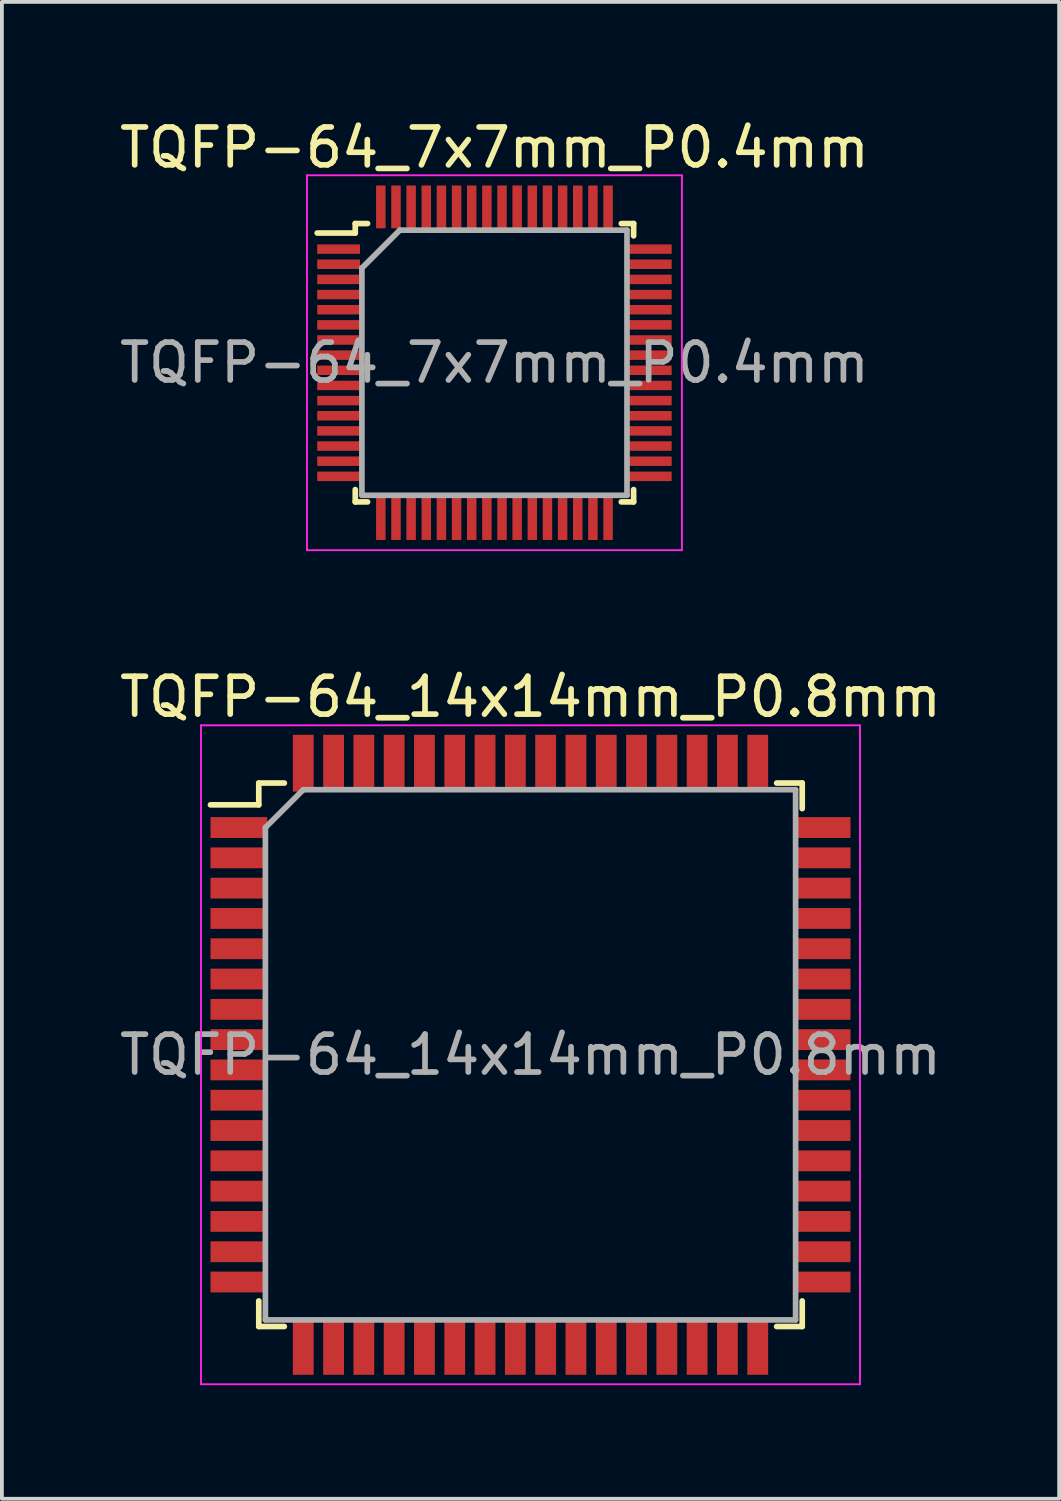
<source format=kicad_pcb>
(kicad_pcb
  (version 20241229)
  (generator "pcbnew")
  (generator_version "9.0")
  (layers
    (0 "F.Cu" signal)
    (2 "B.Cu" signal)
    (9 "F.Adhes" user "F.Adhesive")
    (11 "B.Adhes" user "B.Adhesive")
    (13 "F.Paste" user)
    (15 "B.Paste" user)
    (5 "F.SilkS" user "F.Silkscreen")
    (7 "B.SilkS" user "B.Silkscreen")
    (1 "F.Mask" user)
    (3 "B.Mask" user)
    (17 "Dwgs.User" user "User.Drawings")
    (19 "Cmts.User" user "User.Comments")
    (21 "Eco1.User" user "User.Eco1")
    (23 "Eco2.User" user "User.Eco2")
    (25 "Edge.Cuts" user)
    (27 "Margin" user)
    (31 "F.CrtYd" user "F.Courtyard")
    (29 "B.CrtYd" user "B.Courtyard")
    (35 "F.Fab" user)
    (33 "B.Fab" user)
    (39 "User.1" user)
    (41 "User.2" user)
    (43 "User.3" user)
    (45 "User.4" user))
  (footprint "TQFP-64_14x14mm_P0.8mm"
    (layer "F.Cu")
    (at 10.958 24.802)
    (property "Reference" "TQFP-64_14x14mm_P0.8mm" (at 0 -9.45 0) (layer "F.SilkS") (effects (font (size 1 1) (thickness 0.15))))
    (attr smd)
    (fp_line (start -7.175 -7.175) (end -7.175 -6.6) (stroke (width 0.15) (type solid)) (layer "F.SilkS"))
    (fp_line (start -7.175 -7.175) (end -6.5 -7.175) (stroke (width 0.15) (type solid)) (layer "F.SilkS"))
    (fp_line (start -7.175 -6.6) (end -8.45 -6.6) (stroke (width 0.15) (type solid)) (layer "F.SilkS"))
    (fp_line (start -7.175 7.175) (end -7.175 6.5) (stroke (width 0.15) (type solid)) (layer "F.SilkS"))
    (fp_line (start -7.175 7.175) (end -6.5 7.175) (stroke (width 0.15) (type solid)) (layer "F.SilkS"))
    (fp_line (start 7.175 -7.175) (end 6.5 -7.175) (stroke (width 0.15) (type solid)) (layer "F.SilkS"))
    (fp_line (start 7.175 -7.175) (end 7.175 -6.5) (stroke (width 0.15) (type solid)) (layer "F.SilkS"))
    (fp_line (start 7.175 7.175) (end 6.5 7.175) (stroke (width 0.15) (type solid)) (layer "F.SilkS"))
    (fp_line (start 7.175 7.175) (end 7.175 6.5) (stroke (width 0.15) (type solid)) (layer "F.SilkS"))
    (fp_line (start -8.7 -8.7) (end -8.7 8.7) (stroke (width 0.05) (type solid)) (layer "F.CrtYd"))
    (fp_line (start -8.7 -8.7) (end 8.7 -8.7) (stroke (width 0.05) (type solid)) (layer "F.CrtYd"))
    (fp_line (start -8.7 8.7) (end 8.7 8.7) (stroke (width 0.05) (type solid)) (layer "F.CrtYd"))
    (fp_line (start 8.7 -8.7) (end 8.7 8.7) (stroke (width 0.05) (type solid)) (layer "F.CrtYd"))
    (fp_line (start -7 -6) (end -6 -7) (stroke (width 0.15) (type solid)) (layer "F.Fab"))
    (fp_line (start -7 7) (end -7 -6) (stroke (width 0.15) (type solid)) (layer "F.Fab"))
    (fp_line (start -6 -7) (end 7 -7) (stroke (width 0.15) (type solid)) (layer "F.Fab"))
    (fp_line (start 7 -7) (end 7 7) (stroke (width 0.15) (type solid)) (layer "F.Fab"))
    (fp_line (start 7 7) (end -7 7) (stroke (width 0.15) (type solid)) (layer "F.Fab"))
    (fp_text user "${REFERENCE}" (at 0 0 0) (layer "F.Fab") (effects (font (size 1 1) (thickness 0.15))))
    (pad "1" smd rect (at -7.7 -6) (size 1.5 0.55) (layers "F.Cu" "F.Mask" "F.Paste"))
    (pad "2" smd rect (at -7.7 -5.2) (size 1.5 0.55) (layers "F.Cu" "F.Mask" "F.Paste"))
    (pad "3" smd rect (at -7.7 -4.4) (size 1.5 0.55) (layers "F.Cu" "F.Mask" "F.Paste"))
    (pad "4" smd rect (at -7.7 -3.6) (size 1.5 0.55) (layers "F.Cu" "F.Mask" "F.Paste"))
    (pad "5" smd rect (at -7.7 -2.8) (size 1.5 0.55) (layers "F.Cu" "F.Mask" "F.Paste"))
    (pad "6" smd rect (at -7.7 -2) (size 1.5 0.55) (layers "F.Cu" "F.Mask" "F.Paste"))
    (pad "7" smd rect (at -7.7 -1.2) (size 1.5 0.55) (layers "F.Cu" "F.Mask" "F.Paste"))
    (pad "8" smd rect (at -7.7 -0.4) (size 1.5 0.55) (layers "F.Cu" "F.Mask" "F.Paste"))
    (pad "9" smd rect (at -7.7 0.4) (size 1.5 0.55) (layers "F.Cu" "F.Mask" "F.Paste"))
    (pad "10" smd rect (at -7.7 1.2) (size 1.5 0.55) (layers "F.Cu" "F.Mask" "F.Paste"))
    (pad "11" smd rect (at -7.7 2) (size 1.5 0.55) (layers "F.Cu" "F.Mask" "F.Paste"))
    (pad "12" smd rect (at -7.7 2.8) (size 1.5 0.55) (layers "F.Cu" "F.Mask" "F.Paste"))
    (pad "13" smd rect (at -7.7 3.6) (size 1.5 0.55) (layers "F.Cu" "F.Mask" "F.Paste"))
    (pad "14" smd rect (at -7.7 4.4) (size 1.5 0.55) (layers "F.Cu" "F.Mask" "F.Paste"))
    (pad "15" smd rect (at -7.7 5.2) (size 1.5 0.55) (layers "F.Cu" "F.Mask" "F.Paste"))
    (pad "16" smd rect (at -7.7 6) (size 1.5 0.55) (layers "F.Cu" "F.Mask" "F.Paste"))
    (pad "17" smd rect (at -6 7.7 90) (size 1.5 0.55) (layers "F.Cu" "F.Mask" "F.Paste"))
    (pad "18" smd rect (at -5.2 7.7 90) (size 1.5 0.55) (layers "F.Cu" "F.Mask" "F.Paste"))
    (pad "19" smd rect (at -4.4 7.7 90) (size 1.5 0.55) (layers "F.Cu" "F.Mask" "F.Paste"))
    (pad "20" smd rect (at -3.6 7.7 90) (size 1.5 0.55) (layers "F.Cu" "F.Mask" "F.Paste"))
    (pad "21" smd rect (at -2.8 7.7 90) (size 1.5 0.55) (layers "F.Cu" "F.Mask" "F.Paste"))
    (pad "22" smd rect (at -2 7.7 90) (size 1.5 0.55) (layers "F.Cu" "F.Mask" "F.Paste"))
    (pad "23" smd rect (at -1.2 7.7 90) (size 1.5 0.55) (layers "F.Cu" "F.Mask" "F.Paste"))
    (pad "24" smd rect (at -0.4 7.7 90) (size 1.5 0.55) (layers "F.Cu" "F.Mask" "F.Paste"))
    (pad "25" smd rect (at 0.4 7.7 90) (size 1.5 0.55) (layers "F.Cu" "F.Mask" "F.Paste"))
    (pad "26" smd rect (at 1.2 7.7 90) (size 1.5 0.55) (layers "F.Cu" "F.Mask" "F.Paste"))
    (pad "27" smd rect (at 2 7.7 90) (size 1.5 0.55) (layers "F.Cu" "F.Mask" "F.Paste"))
    (pad "28" smd rect (at 2.8 7.7 90) (size 1.5 0.55) (layers "F.Cu" "F.Mask" "F.Paste"))
    (pad "29" smd rect (at 3.6 7.7 90) (size 1.5 0.55) (layers "F.Cu" "F.Mask" "F.Paste"))
    (pad "30" smd rect (at 4.4 7.7 90) (size 1.5 0.55) (layers "F.Cu" "F.Mask" "F.Paste"))
    (pad "31" smd rect (at 5.2 7.7 90) (size 1.5 0.55) (layers "F.Cu" "F.Mask" "F.Paste"))
    (pad "32" smd rect (at 6 7.7 90) (size 1.5 0.55) (layers "F.Cu" "F.Mask" "F.Paste"))
    (pad "33" smd rect (at 7.7 6) (size 1.5 0.55) (layers "F.Cu" "F.Mask" "F.Paste"))
    (pad "34" smd rect (at 7.7 5.2) (size 1.5 0.55) (layers "F.Cu" "F.Mask" "F.Paste"))
    (pad "35" smd rect (at 7.7 4.4) (size 1.5 0.55) (layers "F.Cu" "F.Mask" "F.Paste"))
    (pad "36" smd rect (at 7.7 3.6) (size 1.5 0.55) (layers "F.Cu" "F.Mask" "F.Paste"))
    (pad "37" smd rect (at 7.7 2.8) (size 1.5 0.55) (layers "F.Cu" "F.Mask" "F.Paste"))
    (pad "38" smd rect (at 7.7 2) (size 1.5 0.55) (layers "F.Cu" "F.Mask" "F.Paste"))
    (pad "39" smd rect (at 7.7 1.2) (size 1.5 0.55) (layers "F.Cu" "F.Mask" "F.Paste"))
    (pad "40" smd rect (at 7.7 0.4) (size 1.5 0.55) (layers "F.Cu" "F.Mask" "F.Paste"))
    (pad "41" smd rect (at 7.7 -0.4) (size 1.5 0.55) (layers "F.Cu" "F.Mask" "F.Paste"))
    (pad "42" smd rect (at 7.7 -1.2) (size 1.5 0.55) (layers "F.Cu" "F.Mask" "F.Paste"))
    (pad "43" smd rect (at 7.7 -2) (size 1.5 0.55) (layers "F.Cu" "F.Mask" "F.Paste"))
    (pad "44" smd rect (at 7.7 -2.8) (size 1.5 0.55) (layers "F.Cu" "F.Mask" "F.Paste"))
    (pad "45" smd rect (at 7.7 -3.6) (size 1.5 0.55) (layers "F.Cu" "F.Mask" "F.Paste"))
    (pad "46" smd rect (at 7.7 -4.4) (size 1.5 0.55) (layers "F.Cu" "F.Mask" "F.Paste"))
    (pad "47" smd rect (at 7.7 -5.2) (size 1.5 0.55) (layers "F.Cu" "F.Mask" "F.Paste"))
    (pad "48" smd rect (at 7.7 -6) (size 1.5 0.55) (layers "F.Cu" "F.Mask" "F.Paste"))
    (pad "49" smd rect (at 6 -7.7 90) (size 1.5 0.55) (layers "F.Cu" "F.Mask" "F.Paste"))
    (pad "50" smd rect (at 5.2 -7.7 90) (size 1.5 0.55) (layers "F.Cu" "F.Mask" "F.Paste"))
    (pad "51" smd rect (at 4.4 -7.7 90) (size 1.5 0.55) (layers "F.Cu" "F.Mask" "F.Paste"))
    (pad "52" smd rect (at 3.6 -7.7 90) (size 1.5 0.55) (layers "F.Cu" "F.Mask" "F.Paste"))
    (pad "53" smd rect (at 2.8 -7.7 90) (size 1.5 0.55) (layers "F.Cu" "F.Mask" "F.Paste"))
    (pad "54" smd rect (at 2 -7.7 90) (size 1.5 0.55) (layers "F.Cu" "F.Mask" "F.Paste"))
    (pad "55" smd rect (at 1.2 -7.7 90) (size 1.5 0.55) (layers "F.Cu" "F.Mask" "F.Paste"))
    (pad "56" smd rect (at 0.4 -7.7 90) (size 1.5 0.55) (layers "F.Cu" "F.Mask" "F.Paste"))
    (pad "57" smd rect (at -0.4 -7.7 90) (size 1.5 0.55) (layers "F.Cu" "F.Mask" "F.Paste"))
    (pad "58" smd rect (at -1.2 -7.7 90) (size 1.5 0.55) (layers "F.Cu" "F.Mask" "F.Paste"))
    (pad "59" smd rect (at -2 -7.7 90) (size 1.5 0.55) (layers "F.Cu" "F.Mask" "F.Paste"))
    (pad "60" smd rect (at -2.8 -7.7 90) (size 1.5 0.55) (layers "F.Cu" "F.Mask" "F.Paste"))
    (pad "61" smd rect (at -3.6 -7.7 90) (size 1.5 0.55) (layers "F.Cu" "F.Mask" "F.Paste"))
    (pad "62" smd rect (at -4.4 -7.7 90) (size 1.5 0.55) (layers "F.Cu" "F.Mask" "F.Paste"))
    (pad "63" smd rect (at -5.2 -7.7 90) (size 1.5 0.55) (layers "F.Cu" "F.Mask" "F.Paste"))
    (pad "64" smd rect (at -6 -7.7 90) (size 1.5 0.55) (layers "F.Cu" "F.Mask" "F.Paste")))
  (footprint "TQFP-64_7x7mm_P0.4mm"
    (layer "F.Cu")
    (at 10.006 6.528)
    (property "Reference" "TQFP-64_7x7mm_P0.4mm" (at 0 -5.68 0) (layer "F.SilkS") (effects (font (size 1 1) (thickness 0.15))))
    (attr smd)
    (fp_line (start -3.675 -3.675) (end -3.675 -3.425) (stroke (width 0.15) (type solid)) (layer "F.SilkS"))
    (fp_line (start -3.675 -3.675) (end -3.35 -3.675) (stroke (width 0.15) (type solid)) (layer "F.SilkS"))
    (fp_line (start -3.675 -3.425) (end -4.68 -3.425) (stroke (width 0.15) (type solid)) (layer "F.SilkS"))
    (fp_line (start -3.675 3.675) (end -3.675 3.35) (stroke (width 0.15) (type solid)) (layer "F.SilkS"))
    (fp_line (start -3.675 3.675) (end -3.35 3.675) (stroke (width 0.15) (type solid)) (layer "F.SilkS"))
    (fp_line (start 3.675 -3.675) (end 3.35 -3.675) (stroke (width 0.15) (type solid)) (layer "F.SilkS"))
    (fp_line (start 3.675 -3.675) (end 3.675 -3.35) (stroke (width 0.15) (type solid)) (layer "F.SilkS"))
    (fp_line (start 3.675 3.675) (end 3.35 3.675) (stroke (width 0.15) (type solid)) (layer "F.SilkS"))
    (fp_line (start 3.675 3.675) (end 3.675 3.35) (stroke (width 0.15) (type solid)) (layer "F.SilkS"))
    (fp_line (start -4.95 -4.95) (end -4.95 4.95) (stroke (width 0.05) (type solid)) (layer "F.CrtYd"))
    (fp_line (start -4.95 -4.95) (end 4.95 -4.95) (stroke (width 0.05) (type solid)) (layer "F.CrtYd"))
    (fp_line (start -4.95 4.95) (end 4.95 4.95) (stroke (width 0.05) (type solid)) (layer "F.CrtYd"))
    (fp_line (start 4.95 -4.95) (end 4.95 4.95) (stroke (width 0.05) (type solid)) (layer "F.CrtYd"))
    (fp_line (start -3.5 -2.5) (end -2.5 -3.5) (stroke (width 0.15) (type solid)) (layer "F.Fab"))
    (fp_line (start -3.5 3.5) (end -3.5 -2.5) (stroke (width 0.15) (type solid)) (layer "F.Fab"))
    (fp_line (start -2.5 -3.5) (end 3.5 -3.5) (stroke (width 0.15) (type solid)) (layer "F.Fab"))
    (fp_line (start 3.5 -3.5) (end 3.5 3.5) (stroke (width 0.15) (type solid)) (layer "F.Fab"))
    (fp_line (start 3.5 3.5) (end -3.5 3.5) (stroke (width 0.15) (type solid)) (layer "F.Fab"))
    (fp_text user "${REFERENCE}" (at 0 0 0) (layer "F.Fab") (effects (font (size 1 1) (thickness 0.15))))
    (pad "1" smd rect (at -4.115 -3) (size 1.13 0.25) (layers "F.Cu" "F.Mask" "F.Paste"))
    (pad "2" smd rect (at -4.115 -2.6) (size 1.13 0.25) (layers "F.Cu" "F.Mask" "F.Paste"))
    (pad "3" smd rect (at -4.115 -2.2) (size 1.13 0.25) (layers "F.Cu" "F.Mask" "F.Paste"))
    (pad "4" smd rect (at -4.115 -1.8) (size 1.13 0.25) (layers "F.Cu" "F.Mask" "F.Paste"))
    (pad "5" smd rect (at -4.115 -1.4) (size 1.13 0.25) (layers "F.Cu" "F.Mask" "F.Paste"))
    (pad "6" smd rect (at -4.115 -1) (size 1.13 0.25) (layers "F.Cu" "F.Mask" "F.Paste"))
    (pad "7" smd rect (at -4.115 -0.6) (size 1.13 0.25) (layers "F.Cu" "F.Mask" "F.Paste"))
    (pad "8" smd rect (at -4.115 -0.2) (size 1.13 0.25) (layers "F.Cu" "F.Mask" "F.Paste"))
    (pad "9" smd rect (at -4.115 0.2) (size 1.13 0.25) (layers "F.Cu" "F.Mask" "F.Paste"))
    (pad "10" smd rect (at -4.115 0.6) (size 1.13 0.25) (layers "F.Cu" "F.Mask" "F.Paste"))
    (pad "11" smd rect (at -4.115 1) (size 1.13 0.25) (layers "F.Cu" "F.Mask" "F.Paste"))
    (pad "12" smd rect (at -4.115 1.4) (size 1.13 0.25) (layers "F.Cu" "F.Mask" "F.Paste"))
    (pad "13" smd rect (at -4.115 1.8) (size 1.13 0.25) (layers "F.Cu" "F.Mask" "F.Paste"))
    (pad "14" smd rect (at -4.115 2.2) (size 1.13 0.25) (layers "F.Cu" "F.Mask" "F.Paste"))
    (pad "15" smd rect (at -4.115 2.6) (size 1.13 0.25) (layers "F.Cu" "F.Mask" "F.Paste"))
    (pad "16" smd rect (at -4.115 3) (size 1.13 0.25) (layers "F.Cu" "F.Mask" "F.Paste"))
    (pad "17" smd rect (at -3 4.115 90) (size 1.13 0.25) (layers "F.Cu" "F.Mask" "F.Paste"))
    (pad "18" smd rect (at -2.6 4.115 90) (size 1.13 0.25) (layers "F.Cu" "F.Mask" "F.Paste"))
    (pad "19" smd rect (at -2.2 4.115 90) (size 1.13 0.25) (layers "F.Cu" "F.Mask" "F.Paste"))
    (pad "20" smd rect (at -1.8 4.115 90) (size 1.13 0.25) (layers "F.Cu" "F.Mask" "F.Paste"))
    (pad "21" smd rect (at -1.4 4.115 90) (size 1.13 0.25) (layers "F.Cu" "F.Mask" "F.Paste"))
    (pad "22" smd rect (at -1 4.115 90) (size 1.13 0.25) (layers "F.Cu" "F.Mask" "F.Paste"))
    (pad "23" smd rect (at -0.6 4.115 90) (size 1.13 0.25) (layers "F.Cu" "F.Mask" "F.Paste"))
    (pad "24" smd rect (at -0.2 4.115 90) (size 1.13 0.25) (layers "F.Cu" "F.Mask" "F.Paste"))
    (pad "25" smd rect (at 0.2 4.115 90) (size 1.13 0.25) (layers "F.Cu" "F.Mask" "F.Paste"))
    (pad "26" smd rect (at 0.6 4.115 90) (size 1.13 0.25) (layers "F.Cu" "F.Mask" "F.Paste"))
    (pad "27" smd rect (at 1 4.115 90) (size 1.13 0.25) (layers "F.Cu" "F.Mask" "F.Paste"))
    (pad "28" smd rect (at 1.4 4.115 90) (size 1.13 0.25) (layers "F.Cu" "F.Mask" "F.Paste"))
    (pad "29" smd rect (at 1.8 4.115 90) (size 1.13 0.25) (layers "F.Cu" "F.Mask" "F.Paste"))
    (pad "30" smd rect (at 2.2 4.115 90) (size 1.13 0.25) (layers "F.Cu" "F.Mask" "F.Paste"))
    (pad "31" smd rect (at 2.6 4.115 90) (size 1.13 0.25) (layers "F.Cu" "F.Mask" "F.Paste"))
    (pad "32" smd rect (at 3 4.115 90) (size 1.13 0.25) (layers "F.Cu" "F.Mask" "F.Paste"))
    (pad "33" smd rect (at 4.115 3) (size 1.13 0.25) (layers "F.Cu" "F.Mask" "F.Paste"))
    (pad "34" smd rect (at 4.115 2.6) (size 1.13 0.25) (layers "F.Cu" "F.Mask" "F.Paste"))
    (pad "35" smd rect (at 4.115 2.2) (size 1.13 0.25) (layers "F.Cu" "F.Mask" "F.Paste"))
    (pad "36" smd rect (at 4.115 1.8) (size 1.13 0.25) (layers "F.Cu" "F.Mask" "F.Paste"))
    (pad "37" smd rect (at 4.115 1.4) (size 1.13 0.25) (layers "F.Cu" "F.Mask" "F.Paste"))
    (pad "38" smd rect (at 4.115 1) (size 1.13 0.25) (layers "F.Cu" "F.Mask" "F.Paste"))
    (pad "39" smd rect (at 4.115 0.6) (size 1.13 0.25) (layers "F.Cu" "F.Mask" "F.Paste"))
    (pad "40" smd rect (at 4.115 0.2) (size 1.13 0.25) (layers "F.Cu" "F.Mask" "F.Paste"))
    (pad "41" smd rect (at 4.115 -0.2) (size 1.13 0.25) (layers "F.Cu" "F.Mask" "F.Paste"))
    (pad "42" smd rect (at 4.115 -0.6) (size 1.13 0.25) (layers "F.Cu" "F.Mask" "F.Paste"))
    (pad "43" smd rect (at 4.115 -1) (size 1.13 0.25) (layers "F.Cu" "F.Mask" "F.Paste"))
    (pad "44" smd rect (at 4.115 -1.4) (size 1.13 0.25) (layers "F.Cu" "F.Mask" "F.Paste"))
    (pad "45" smd rect (at 4.115 -1.8) (size 1.13 0.25) (layers "F.Cu" "F.Mask" "F.Paste"))
    (pad "46" smd rect (at 4.115 -2.2) (size 1.13 0.25) (layers "F.Cu" "F.Mask" "F.Paste"))
    (pad "47" smd rect (at 4.115 -2.6) (size 1.13 0.25) (layers "F.Cu" "F.Mask" "F.Paste"))
    (pad "48" smd rect (at 4.115 -3) (size 1.13 0.25) (layers "F.Cu" "F.Mask" "F.Paste"))
    (pad "49" smd rect (at 3 -4.115 90) (size 1.13 0.25) (layers "F.Cu" "F.Mask" "F.Paste"))
    (pad "50" smd rect (at 2.6 -4.115 90) (size 1.13 0.25) (layers "F.Cu" "F.Mask" "F.Paste"))
    (pad "51" smd rect (at 2.2 -4.115 90) (size 1.13 0.25) (layers "F.Cu" "F.Mask" "F.Paste"))
    (pad "52" smd rect (at 1.8 -4.115 90) (size 1.13 0.25) (layers "F.Cu" "F.Mask" "F.Paste"))
    (pad "53" smd rect (at 1.4 -4.115 90) (size 1.13 0.25) (layers "F.Cu" "F.Mask" "F.Paste"))
    (pad "54" smd rect (at 1 -4.115 90) (size 1.13 0.25) (layers "F.Cu" "F.Mask" "F.Paste"))
    (pad "55" smd rect (at 0.6 -4.115 90) (size 1.13 0.25) (layers "F.Cu" "F.Mask" "F.Paste"))
    (pad "56" smd rect (at 0.2 -4.115 90) (size 1.13 0.25) (layers "F.Cu" "F.Mask" "F.Paste"))
    (pad "57" smd rect (at -0.2 -4.115 90) (size 1.13 0.25) (layers "F.Cu" "F.Mask" "F.Paste"))
    (pad "58" smd rect (at -0.6 -4.115 90) (size 1.13 0.25) (layers "F.Cu" "F.Mask" "F.Paste"))
    (pad "59" smd rect (at -1 -4.115 90) (size 1.13 0.25) (layers "F.Cu" "F.Mask" "F.Paste"))
    (pad "60" smd rect (at -1.4 -4.115 90) (size 1.13 0.25) (layers "F.Cu" "F.Mask" "F.Paste"))
    (pad "61" smd rect (at -1.8 -4.115 90) (size 1.13 0.25) (layers "F.Cu" "F.Mask" "F.Paste"))
    (pad "62" smd rect (at -2.2 -4.115 90) (size 1.13 0.25) (layers "F.Cu" "F.Mask" "F.Paste"))
    (pad "63" smd rect (at -2.6 -4.115 90) (size 1.13 0.25) (layers "F.Cu" "F.Mask" "F.Paste"))
    (pad "64" smd rect (at -3 -4.115 90) (size 1.13 0.25) (layers "F.Cu" "F.Mask" "F.Paste")))
  (gr_rect
    (start -3 -3)
    (end 24.917 36.526)
    (stroke (width 0.1) (type default))
    (fill no)
    (layer "Edge.Cuts")))
</source>
